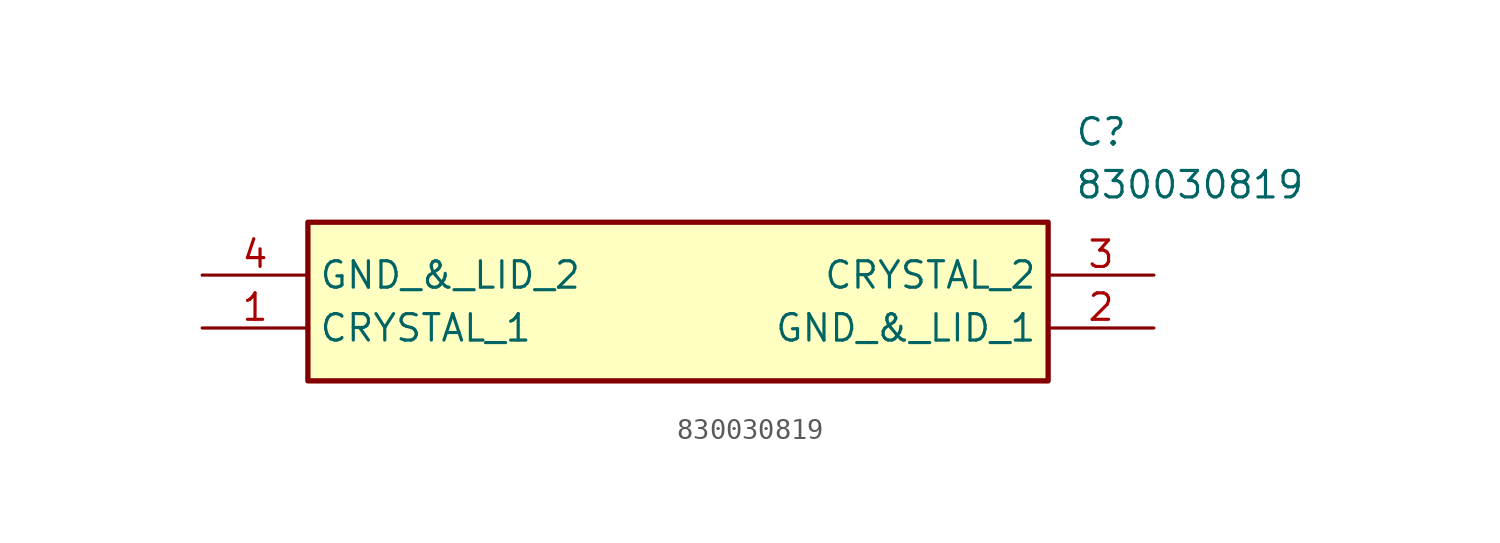
<source format=kicad_sym>
(kicad_symbol_lib
  (version 20211014)
  (generator SamacSys_ECAD_Model)
  (symbol "830030819"
    (property "Reference" "C"
      (at 41.91 7.62 0)
      (effects (font (size 1.27 1.27)) (justify left top)))
    (property "Value" "830030819"
      (at 41.91 5.08 0)
      (effects (font (size 1.27 1.27)) (justify left top)))
    (rectangle
      (start 5.08 2.54)
      (end 40.64 -5.08)
      (stroke (width 0.254) (type default))
      (fill (type background)))
    (pin passive line
      (at 0 -2.54 0)
      (length 5.08)
      (name "CRYSTAL_1" (effects (font (size 1.27 1.27))))
      (number "1" (effects (font (size 1.27 1.27)))))
    (pin passive line
      (at 45.72 -2.54 180)
      (length 5.08)
      (name "GND_&_LID_1" (effects (font (size 1.27 1.27))))
      (number "2" (effects (font (size 1.27 1.27)))))
    (pin passive line
      (at 45.72 0 180)
      (length 5.08)
      (name "CRYSTAL_2" (effects (font (size 1.27 1.27))))
      (number "3" (effects (font (size 1.27 1.27)))))
    (pin passive line
      (at 0 0 0)
      (length 5.08)
      (name "GND_&_LID_2" (effects (font (size 1.27 1.27))))
      (number "4" (effects (font (size 1.27 1.27)))))))
</source>
